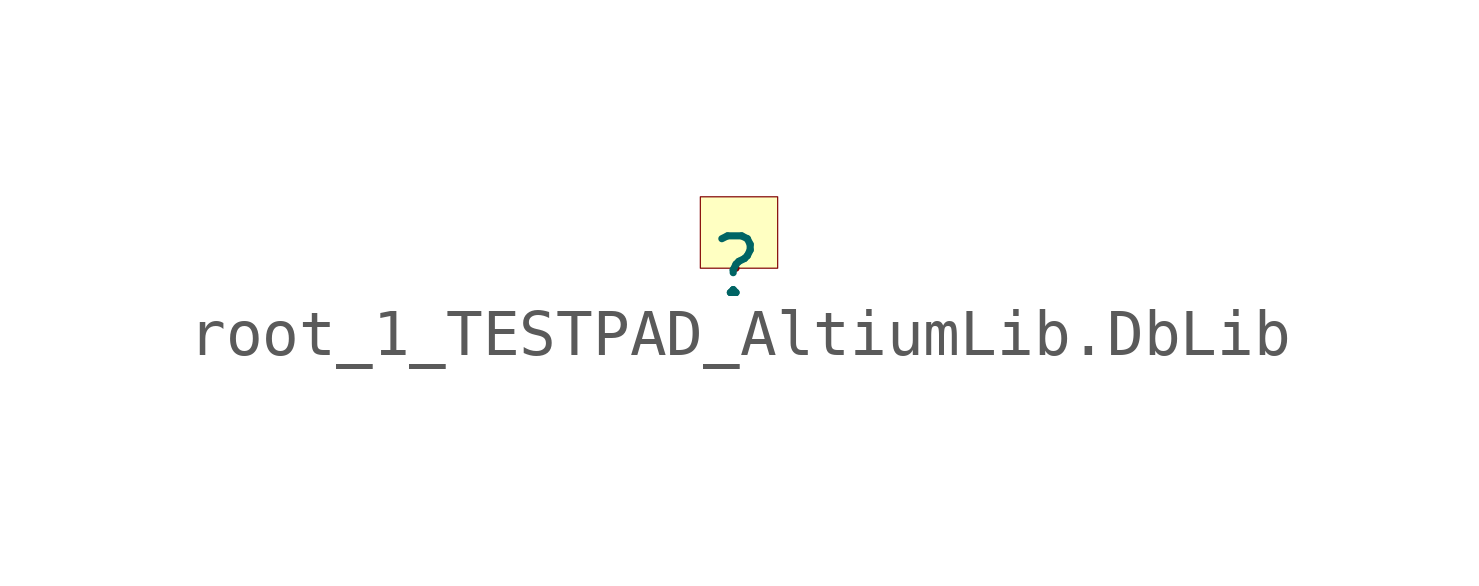
<source format=kicad_sym>
(kicad_symbol_lib
  (version 20241209)
  (generator "kicad_symbol_editor")
  (generator_version "9.0")
  (symbol "root_1_TESTPAD_AltiumLib.DbLib"
    (pin_numbers
      (hide yes))
    (pin_names
      (hide yes))
    (property "Reference" ""
      (at 0 0 0)
      (effects (font (size 1.27 1.27))))
    (property "Value" ""
      (at 0 0 0)
      (effects (font (size 1.27 1.27))))
    (symbol "root_1_TESTPAD_AltiumLib.DbLib_1_0"
      (rectangle (start 0.889 1.524) (end -0.762 0) (stroke (width 0.025) (type solid) (color 128 0 0 1)) (fill (type background)))
      (pin passive line (at 0 0 90) (length 0) (name "1" (effects (font (size 1.27 1.27)))) (number "1" (effects (font (size 1.27 1.27))))))))
</source>
